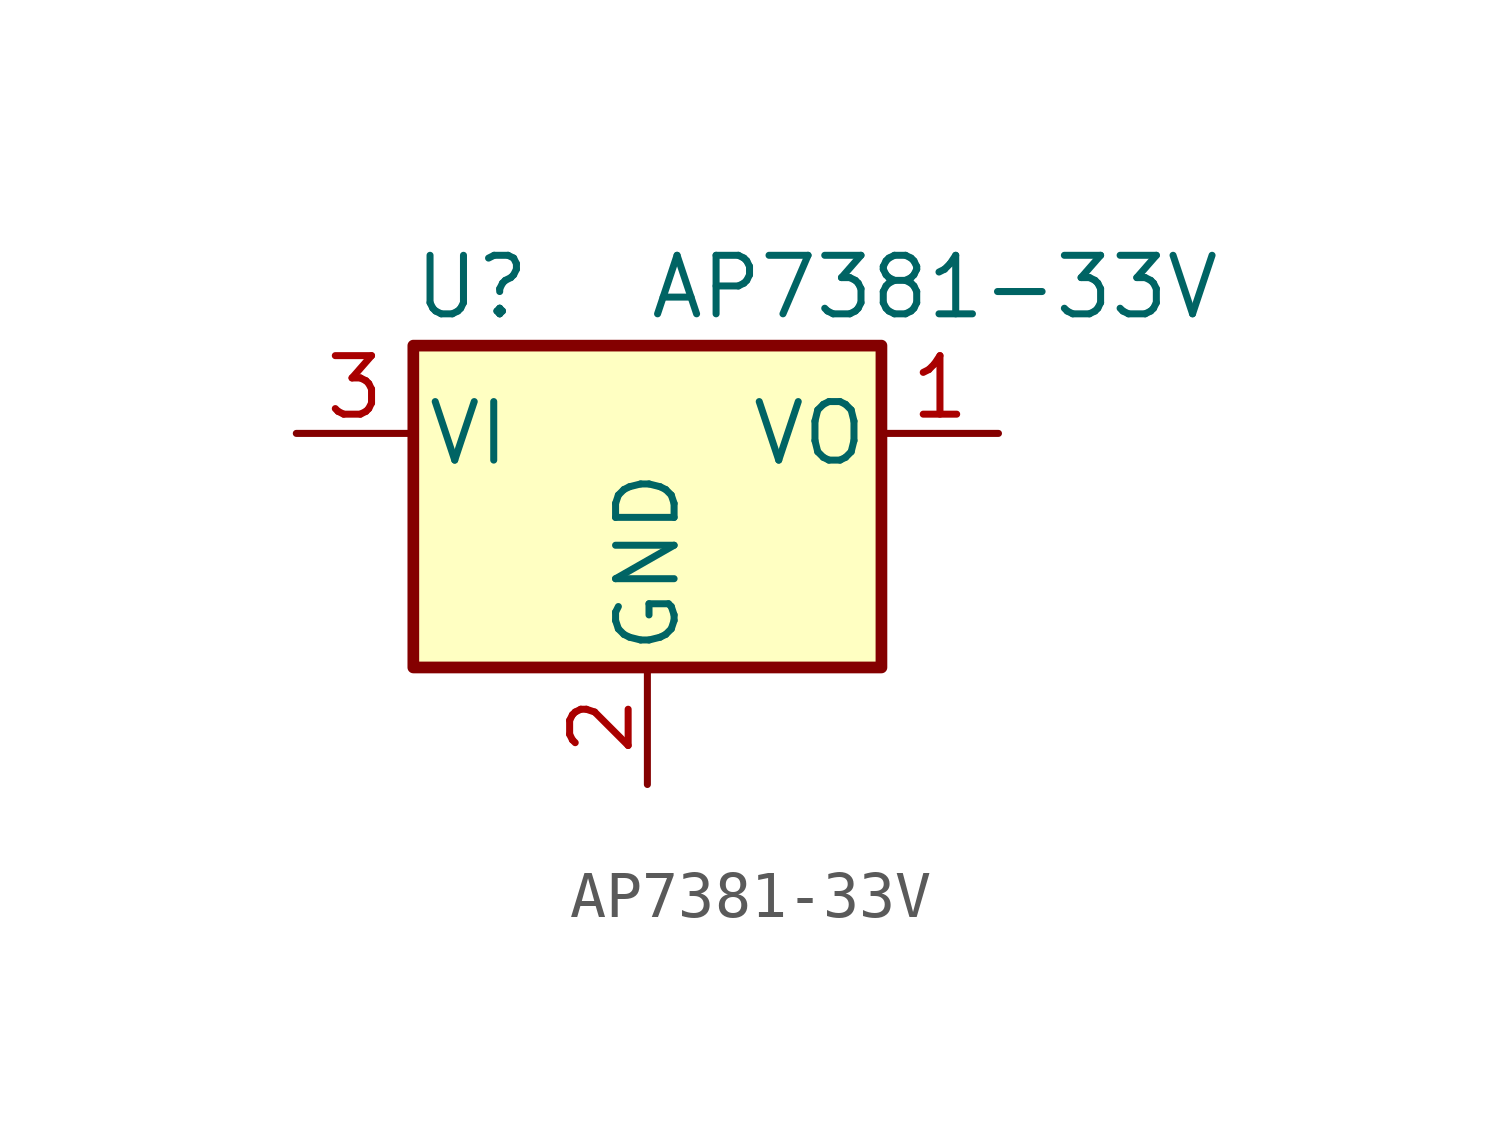
<source format=kicad_sym>
(kicad_symbol_lib
  (version 20220914)
  (generator kicad_symbol_editor)
  (symbol "AP7381-33V"
    (pin_names
      (offset 0.254))
    (property "Reference" "U"
      (at -3.81 3.175 0)
      (effects (font (size 1.27 1.27))))
    (property "Value" "AP7381-33V"
      (at 0 3.175 0)
      (effects (font (size 1.27 1.27)) (justify left)))
    (symbol "AP7381-33V_1_1"
      (rectangle (start -5.08 1.905) (end 5.08 -5.08) (stroke (width 0.254) (type default)) (fill (type background)))
      (pin power_out line (at 7.62 0 180) (length 2.54) (name "VO" (effects (font (size 1.27 1.27)))) (number "1" (effects (font (size 1.27 1.27)))))
      (pin power_in line (at 0 -7.62 90) (length 2.54) (name "GND" (effects (font (size 1.27 1.27)))) (number "2" (effects (font (size 1.27 1.27)))))
      (pin power_in line (at -7.62 0 0) (length 2.54) (name "VI" (effects (font (size 1.27 1.27)))) (number "3" (effects (font (size 1.27 1.27))))))))
</source>
